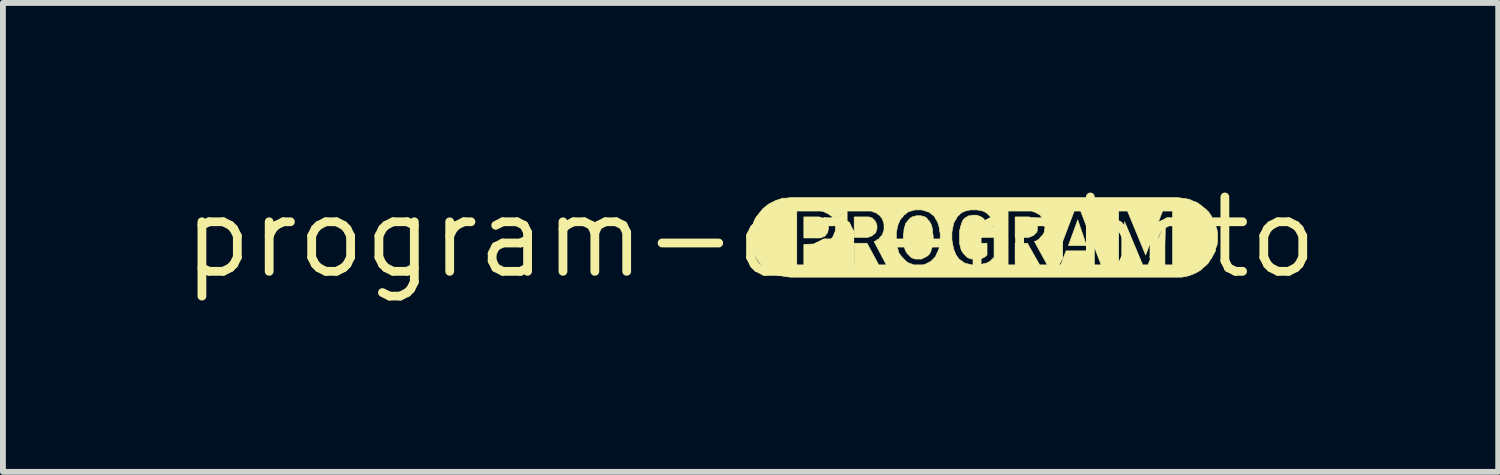
<source format=kicad_pcb>
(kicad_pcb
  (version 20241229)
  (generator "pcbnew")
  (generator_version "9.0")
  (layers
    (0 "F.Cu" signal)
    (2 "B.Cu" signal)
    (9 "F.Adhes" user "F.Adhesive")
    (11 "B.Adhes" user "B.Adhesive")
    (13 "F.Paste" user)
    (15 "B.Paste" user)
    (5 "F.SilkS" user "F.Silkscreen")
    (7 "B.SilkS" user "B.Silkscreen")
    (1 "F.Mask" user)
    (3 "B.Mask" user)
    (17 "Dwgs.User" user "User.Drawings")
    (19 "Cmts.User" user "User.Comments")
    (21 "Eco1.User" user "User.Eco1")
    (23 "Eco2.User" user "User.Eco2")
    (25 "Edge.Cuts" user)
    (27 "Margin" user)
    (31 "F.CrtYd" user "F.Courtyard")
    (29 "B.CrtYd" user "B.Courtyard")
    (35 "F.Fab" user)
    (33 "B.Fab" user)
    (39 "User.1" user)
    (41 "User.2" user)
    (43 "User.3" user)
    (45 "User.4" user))
  (footprint "program-ca-roboto"
    (layer "F.Cu")
    (at 9.774 1.006)
    (property "Reference" "program-ca-roboto" (at 0 0 0) (layer "F.SilkS") (effects (font (size 1.27 1.27) (thickness 0.15))))
    (attr board_only exclude_from_pos_files exclude_from_bom)
    (fp_poly (pts (xy 5.43 0.14) (xy 5.74 0.14) (xy 5.59 -0.3) (xy 5.43 0.14)) (stroke (width 0.01) (type solid)) (fill yes) (layer "F.SilkS"))
    (fp_poly (pts (xy 0.91 0.01) (xy 1.13 0.01) (xy 1.16 0.01) (xy 1.19 0.01) (xy 1.22 0) (xy 1.24 -0.01) (xy 1.27 -0.02) (xy 1.29 -0.05) (xy 1.31 -0.07) (xy 1.32 -0.1) (xy 1.33 -0.14) (xy 1.33 -0.18) (xy 1.32 -0.22) (xy 1.31 -0.25) (xy 1.29 -0.28) (xy 1.27 -0.3) (xy 1.24 -0.32) (xy 1.21 -0.34) (xy 1.17 -0.35) (xy 1.13 -0.35) (xy 0.91 -0.35) (xy 0.91 0.01)) (stroke (width 0.01) (type solid)) (fill yes) (layer "F.SilkS"))
    (fp_poly (pts (xy 1.77 0) (xy 1.97 0) (xy 2 0) (xy 2.03 -0.01) (xy 2.06 -0.02) (xy 2.08 -0.03) (xy 2.1 -0.05) (xy 2.13 -0.07) (xy 2.14 -0.09) (xy 2.15 -0.12) (xy 2.16 -0.15) (xy 2.16 -0.2) (xy 2.15 -0.23) (xy 2.14 -0.26) (xy 2.12 -0.29) (xy 2.1 -0.31) (xy 2.08 -0.33) (xy 2.05 -0.34) (xy 2.02 -0.35) (xy 1.97 -0.35) (xy 1.77 -0.35) (xy 1.77 0)) (stroke (width 0.01) (type solid)) (fill yes) (layer "F.SilkS"))
    (fp_poly (pts (xy 4.52 0) (xy 4.71 0) (xy 4.75 0) (xy 4.78 -0.01) (xy 4.8 -0.02) (xy 4.83 -0.03) (xy 4.85 -0.05) (xy 4.87 -0.07) (xy 4.89 -0.09) (xy 4.9 -0.12) (xy 4.9 -0.15) (xy 4.9 -0.2) (xy 4.9 -0.23) (xy 4.88 -0.26) (xy 4.87 -0.29) (xy 4.84 -0.31) (xy 4.82 -0.33) (xy 4.79 -0.34) (xy 4.76 -0.35) (xy 4.71 -0.35) (xy 4.52 -0.35) (xy 4.52 0)) (stroke (width 0.01) (type solid)) (fill yes) (layer "F.SilkS"))
    (fp_poly (pts (xy 3.12 -0.03) (xy 3.11 -0.08) (xy 3.11 -0.13) (xy 3.1 -0.17) (xy 3.09 -0.21) (xy 3.07 -0.25) (xy 3.05 -0.28) (xy 3.03 -0.3) (xy 3.01 -0.33) (xy 2.98 -0.35) (xy 2.94 -0.36) (xy 2.91 -0.37) (xy 2.87 -0.37) (xy 2.83 -0.37) (xy 2.8 -0.36) (xy 2.76 -0.35) (xy 2.73 -0.33) (xy 2.71 -0.31) (xy 2.69 -0.29) (xy 2.67 -0.26) (xy 2.65 -0.24) (xy 2.64 -0.2) (xy 2.63 -0.17) (xy 2.62 -0.13) (xy 2.62 -0.09) (xy 2.61 -0.05) (xy 2.61 0.05) (xy 2.62 0.09) (xy 2.62 0.13) (xy 2.63 0.17) (xy 2.64 0.21) (xy 2.66 0.25) (xy 2.68 0.28) (xy 2.71 0.31) (xy 2.74 0.34) (xy 2.78 0.36) (xy 2.82 0.37) (xy 2.85 0.37) (xy 2.87 0.37) (xy 2.9 0.37) (xy 2.92 0.37) (xy 2.94 0.36) (xy 2.96 0.35) (xy 2.98 0.34) (xy 3 0.33) (xy 3.03 0.31) (xy 3.06 0.28) (xy 3.08 0.24) (xy 3.09 0.2) (xy 3.11 0.15) (xy 3.11 0.1) (xy 3.12 0.05) (xy 3.12 -0.03)) (stroke (width 0.01) (type solid)) (fill yes) (layer "F.SilkS"))
    (fp_poly (pts (xy 0.68 -0.68) (xy 0.61 -0.67) (xy 0.55 -0.67) (xy 0.49 -0.65) (xy 0.43 -0.63) (xy 0.37 -0.6) (xy 0.31 -0.57) (xy 0.26 -0.53) (xy 0.21 -0.49) (xy 0.17 -0.44) (xy 0.13 -0.39) (xy 0.09 -0.34) (xy 0.06 -0.28) (xy 0.04 -0.22) (xy 0.02 -0.16) (xy 0.01 -0.1) (xy 0 -0.03) (xy 0 0.03) (xy 0.01 0.09) (xy 0.02 0.16) (xy 0.04 0.22) (xy 0.06 0.28) (xy 0.09 0.34) (xy 0.12 0.39) (xy 0.16 0.44) (xy 0.21 0.49) (xy 0.26 0.53) (xy 0.31 0.57) (xy 0.36 0.6) (xy 0.42 0.63) (xy 0.48 0.65) (xy 0.54 0.66) (xy 0.61 0.67) (xy 0.68 0.68) (xy 0.79 0.47) (xy 0.79 -0.45) (xy 1.13 -0.45) (xy 1.2 -0.45) (xy 1.25 -0.44) (xy 1.29 -0.42) (xy 1.33 -0.4) (xy 1.37 -0.37) (xy 1.39 -0.36) (xy 1.4 -0.33) (xy 1.41 -0.31) (xy 1.65 -0.45) (xy 1.97 -0.45) (xy 2.02 -0.45) (xy 2.06 -0.45) (xy 2.11 -0.43) (xy 2.14 -0.42) (xy 2.16 -0.41) (xy 2.18 -0.39) (xy 2.2 -0.38) (xy 2.22 -0.36) (xy 2.23 -0.34) (xy 2.25 -0.32) (xy 2.26 -0.29) (xy 2.27 -0.26) (xy 2.28 -0.23) (xy 2.28 -0.19) (xy 2.28 -0.16) (xy 2.5 -0.13) (xy 2.51 -0.18) (xy 2.52 -0.22) (xy 2.54 -0.26) (xy 2.55 -0.29) (xy 2.57 -0.32) (xy 2.6 -0.35) (xy 2.62 -0.38) (xy 2.65 -0.4) (xy 2.67 -0.42) (xy 2.7 -0.44) (xy 2.74 -0.45) (xy 2.77 -0.46) (xy 2.81 -0.47) (xy 2.84 -0.47) (xy 2.88 -0.47) (xy 2.92 -0.47) (xy 2.96 -0.46) (xy 2.99 -0.45) (xy 3.02 -0.44) (xy 3.05 -0.43) (xy 3.08 -0.41) (xy 3.1 -0.39) (xy 3.13 -0.37) (xy 3.15 -0.34) (xy 3.16 -0.32) (xy 3.18 -0.29) (xy 3.2 -0.25) (xy 3.21 -0.22) (xy 3.22 -0.18) (xy 3.23 -0.15) (xy 3.23 -0.11) (xy 3.24 -0.07) (xy 3.24 0.03) (xy 3.44 0.04) (xy 3.44 -0.05) (xy 3.44 -0.09) (xy 3.45 -0.14) (xy 3.46 -0.19) (xy 3.47 -0.24) (xy 3.49 -0.28) (xy 3.51 -0.31) (xy 3.53 -0.35) (xy 3.56 -0.38) (xy 3.59 -0.41) (xy 3.62 -0.43) (xy 3.67 -0.45) (xy 3.71 -0.46) (xy 3.76 -0.47) (xy 3.81 -0.47) (xy 3.87 -0.47) (xy 3.92 -0.46) (xy 3.97 -0.45) (xy 4.01 -0.43) (xy 4.04 -0.41) (xy 4.07 -0.38) (xy 4.1 -0.35) (xy 4.12 -0.32) (xy 4.14 -0.28) (xy 4.15 -0.24) (xy 4.16 -0.19) (xy 4.04 -0.19) (xy 4.03 -0.22) (xy 4.02 -0.26) (xy 4 -0.28) (xy 3.99 -0.31) (xy 3.97 -0.33) (xy 3.94 -0.35) (xy 3.92 -0.36) (xy 3.89 -0.37) (xy 3.86 -0.38) (xy 3.83 -0.38) (xy 3.79 -0.38) (xy 3.76 -0.37) (xy 3.73 -0.37) (xy 3.71 -0.36) (xy 3.68 -0.34) (xy 3.66 -0.33) (xy 3.64 -0.31) (xy 3.62 -0.28) (xy 3.61 -0.25) (xy 3.6 -0.22) (xy 3.59 -0.19) (xy 3.58 -0.15) (xy 3.57 -0.11) (xy 3.57 -0.07) (xy 3.57 0.06) (xy 3.57 0.1) (xy 3.58 0.14) (xy 3.59 0.18) (xy 3.6 0.22) (xy 3.62 0.25) (xy 3.64 0.28) (xy 3.67 0.31) (xy 3.7 0.34) (xy 3.74 0.36) (xy 3.78 0.37) (xy 3.83 0.37) (xy 3.9 0.37) (xy 3.95 0.36) (xy 3.97 0.35) (xy 3.99 0.34) (xy 4.01 0.33) (xy 4.04 0.3) (xy 4.04 0.1) (xy 3.82 0.1) (xy 3.82 0) (xy 4.16 0) (xy 4.16 0.34) (xy 4.4 0.47) (xy 4.4 -0.45) (xy 4.71 -0.45) (xy 4.76 -0.45) (xy 4.8 -0.45) (xy 4.86 -0.43) (xy 4.88 -0.42) (xy 4.9 -0.41) (xy 4.93 -0.39) (xy 4.95 -0.38) (xy 4.96 -0.36) (xy 4.98 -0.34) (xy 4.99 -0.32) (xy 5.01 -0.29) (xy 5.01 -0.26) (xy 5.02 -0.23) (xy 5.03 -0.19) (xy 5.03 -0.16) (xy 5.02 -0.13) (xy 5.02 -0.1) (xy 5.01 -0.07) (xy 4.99 -0.04) (xy 4.97 -0.02) (xy 4.95 0) (xy 4.93 0.03) (xy 4.91 0.04) (xy 4.88 0.06) (xy 4.85 0.07) (xy 5.07 0.47) (xy 5.18 0.47) (xy 5.53 -0.45) (xy 5.64 -0.45) (xy 5.99 0.47) (xy 5.87 0.47) (xy 5.78 0.23) (xy 5.39 0.23) (xy 5.3 0.47) (xy 5.18 0.47) (xy 5.07 0.47) (xy 4.94 0.47) (xy 4.73 0.1) (xy 4.52 0.1) (xy 4.52 0.47) (xy 4.4 0.47) (xy 4.16 0.34) (xy 4.13 0.37) (xy 4.1 0.4) (xy 4.07 0.42) (xy 4.03 0.44) (xy 3.98 0.45) (xy 3.93 0.47) (xy 3.88 0.47) (xy 3.82 0.47) (xy 3.78 0.47) (xy 3.74 0.46) (xy 3.7 0.45) (xy 3.66 0.44) (xy 3.63 0.42) (xy 3.59 0.39) (xy 3.56 0.37) (xy 3.54 0.34) (xy 3.51 0.3) (xy 3.49 0.25) (xy 3.47 0.2) (xy 3.46 0.15) (xy 3.45 0.1) (xy 3.44 0.04) (xy 3.24 0.03) (xy 3.24 0.08) (xy 3.23 0.14) (xy 3.22 0.19) (xy 3.2 0.24) (xy 3.18 0.28) (xy 3.16 0.33) (xy 3.13 0.36) (xy 3.09 0.4) (xy 3.06 0.42) (xy 3.02 0.44) (xy 2.98 0.46) (xy 2.94 0.47) (xy 2.89 0.47) (xy 2.84 0.47) (xy 2.79 0.47) (xy 2.74 0.45) (xy 2.71 0.44) (xy 2.67 0.42) (xy 2.64 0.39) (xy 2.61 0.36) (xy 2.58 0.33) (xy 2.56 0.3) (xy 2.53 0.26) (xy 2.52 0.21) (xy 2.5 0.16) (xy 2.5 0.11) (xy 2.49 0.05) (xy 2.49 -0.03) (xy 2.49 -0.08) (xy 2.5 -0.13) (xy 2.28 -0.16) (xy 2.28 -0.13) (xy 2.27 -0.1) (xy 2.26 -0.07) (xy 2.25 -0.04) (xy 2.23 -0.02) (xy 2.21 0) (xy 2.19 0.03) (xy 2.16 0.04) (xy 2.14 0.06) (xy 2.11 0.07) (xy 2.32 0.47) (xy 2.19 0.47) (xy 1.99 0.1) (xy 1.77 0.1) (xy 1.77 0.47) (xy 1.65 0.47) (xy 1.65 -0.45) (xy 1.42 -0.31) (xy 1.43 -0.29) (xy 1.44 -0.27) (xy 1.44 -0.24) (xy 1.45 -0.21) (xy 1.45 -0.18) (xy 1.45 -0.15) (xy 1.45 -0.12) (xy 1.44 -0.09) (xy 1.43 -0.07) (xy 1.42 -0.04) (xy 1.41 -0.02) (xy 1.4 0) (xy 1.38 0.02) (xy 1.35 0.05) (xy 1.31 0.08) (xy 1.27 0.09) (xy 1.22 0.11) (xy 1.18 0.11) (xy 1.14 0.11) (xy 0.91 0.12) (xy 0.91 0.47) (xy 0.79 0.47) (xy 0.68 0.68) (xy 7.3 0.68) (xy 7.21 0.47) (xy 7.08 0.47) (xy 7.08 0.12) (xy 7.09 -0.28) (xy 6.79 0.47) (xy 6.7 0.47) (xy 6.39 -0.27) (xy 6.41 0.12) (xy 6.41 0.47) (xy 6.29 0.47) (xy 6.29 -0.45) (xy 6.44 -0.45) (xy 6.75 0.3) (xy 7.04 -0.45) (xy 7.21 -0.45) (xy 7.21 0.47) (xy 7.3 0.68) (xy 7.36 0.68) (xy 7.42 0.67) (xy 7.47 0.66) (xy 7.53 0.64) (xy 7.58 0.62) (xy 7.64 0.59) (xy 7.69 0.56) (xy 7.73 0.52) (xy 7.78 0.48) (xy 7.82 0.44) (xy 7.85 0.39) (xy 7.88 0.35) (xy 7.91 0.29) (xy 7.94 0.24) (xy 7.95 0.18) (xy 7.97 0.13) (xy 7.98 0.07) (xy 7.98 0) (xy 7.98 -0.06) (xy 7.97 -0.13) (xy 7.95 -0.19) (xy 7.93 -0.26) (xy 7.9 -0.32) (xy 7.87 -0.37) (xy 7.83 -0.43) (xy 7.78 -0.48) (xy 7.73 -0.52) (xy 7.68 -0.56) (xy 7.62 -0.6) (xy 7.56 -0.62) (xy 7.5 -0.65) (xy 7.44 -0.66) (xy 7.37 -0.67) (xy 7.3 -0.68) (xy 0.68 -0.68)) (stroke (width 0.01) (type solid)) (fill yes) (layer "F.SilkS")))
  (gr_rect
    (start -3 -3)
    (end 22.548 5.012)
    (stroke (width 0.1) (type default))
    (fill no)
    (layer "Edge.Cuts")))
</source>
